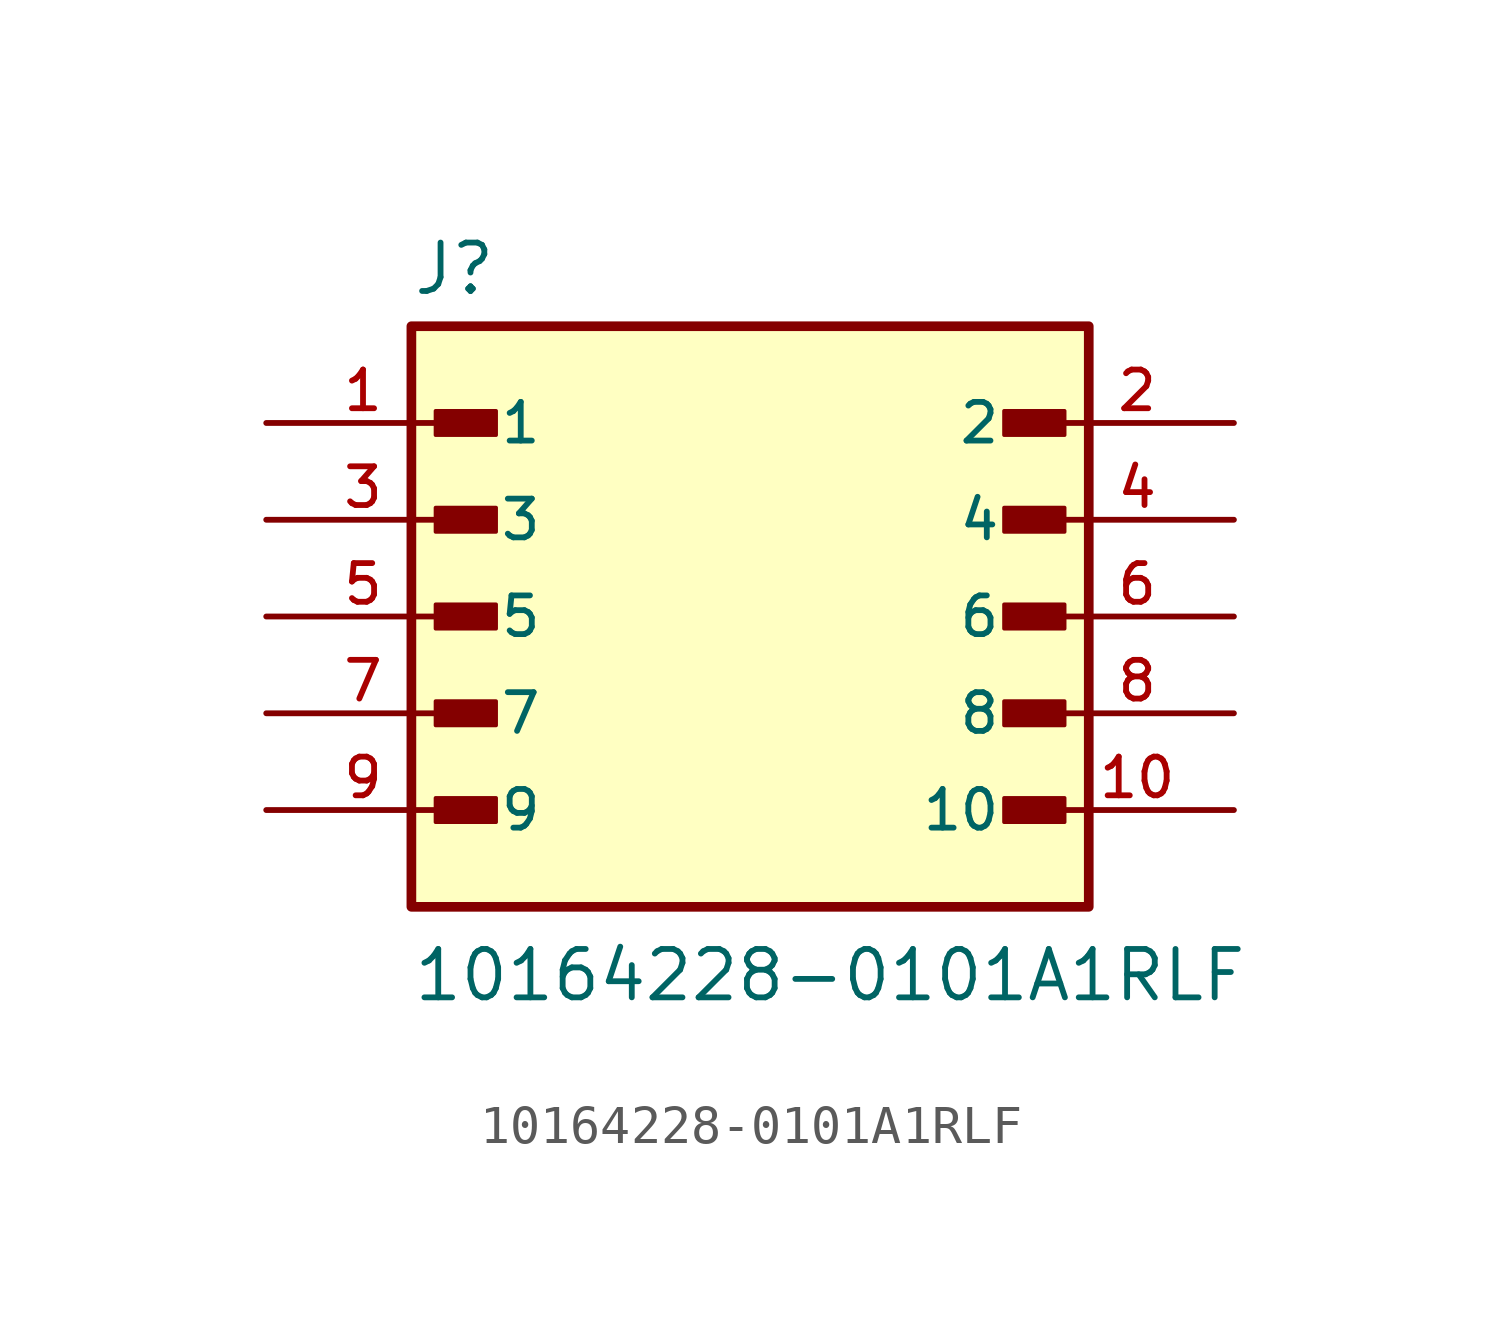
<source format=kicad_sym>
(kicad_symbol_lib
  (version 20211014)
  (generator kicad_symbol_editor)
  (symbol "10164228-0101A1RLF"
    (pin_names
      (offset 1.016))
    (property "Reference" "J"
      (at -8.89 8.382 0)
      (effects (font (size 1.27 1.27)) (justify bottom left)))
    (property "Value" "10164228-0101A1RLF"
      (at -8.89 -10.16 0)
      (effects (font (size 1.27 1.27)) (justify bottom left)))
    (symbol "10164228-0101A1RLF_0_0"
      (rectangle (start -8.255 4.763) (end -6.668 5.397) (stroke (width 0.1)) (fill (type outline)))
      (rectangle (start -8.255 2.223) (end -6.668 2.857) (stroke (width 0.1)) (fill (type outline)))
      (rectangle (start -8.255 -0.318) (end -6.668 0.318) (stroke (width 0.1)) (fill (type outline)))
      (rectangle (start -8.255 -2.857) (end -6.668 -2.223) (stroke (width 0.1)) (fill (type outline)))
      (rectangle (start -8.255 -5.397) (end -6.668 -4.763) (stroke (width 0.1)) (fill (type outline)))
      (rectangle (start 6.668 -5.397) (end 8.255 -4.763) (stroke (width 0.1)) (fill (type outline)))
      (rectangle (start 6.668 -2.857) (end 8.255 -2.223) (stroke (width 0.1)) (fill (type outline)))
      (rectangle (start 6.668 -0.318) (end 8.255 0.318) (stroke (width 0.1)) (fill (type outline)))
      (rectangle (start 6.668 2.223) (end 8.255 2.857) (stroke (width 0.1)) (fill (type outline)))
      (rectangle (start 6.668 4.763) (end 8.255 5.397) (stroke (width 0.1)) (fill (type outline)))
      (rectangle (start -8.89 -7.62) (end 8.89 7.62) (stroke (width 0.254)) (fill (type background)))
      (pin passive line (at -12.7 5.08 0) (length 5.08) (name "1" (effects (font (size 1.016 1.016)))) (number "1" (effects (font (size 1.016 1.016)))))
      (pin passive line (at 12.7 5.08 180.0) (length 5.08) (name "2" (effects (font (size 1.016 1.016)))) (number "2" (effects (font (size 1.016 1.016)))))
      (pin passive line (at -12.7 2.54 0) (length 5.08) (name "3" (effects (font (size 1.016 1.016)))) (number "3" (effects (font (size 1.016 1.016)))))
      (pin passive line (at 12.7 2.54 180.0) (length 5.08) (name "4" (effects (font (size 1.016 1.016)))) (number "4" (effects (font (size 1.016 1.016)))))
      (pin passive line (at -12.7 0.0 0) (length 5.08) (name "5" (effects (font (size 1.016 1.016)))) (number "5" (effects (font (size 1.016 1.016)))))
      (pin passive line (at 12.7 0.0 180.0) (length 5.08) (name "6" (effects (font (size 1.016 1.016)))) (number "6" (effects (font (size 1.016 1.016)))))
      (pin passive line (at -12.7 -2.54 0) (length 5.08) (name "7" (effects (font (size 1.016 1.016)))) (number "7" (effects (font (size 1.016 1.016)))))
      (pin passive line (at 12.7 -2.54 180.0) (length 5.08) (name "8" (effects (font (size 1.016 1.016)))) (number "8" (effects (font (size 1.016 1.016)))))
      (pin passive line (at -12.7 -5.08 0) (length 5.08) (name "9" (effects (font (size 1.016 1.016)))) (number "9" (effects (font (size 1.016 1.016)))))
      (pin passive line (at 12.7 -5.08 180.0) (length 5.08) (name "10" (effects (font (size 1.016 1.016)))) (number "10" (effects (font (size 1.016 1.016))))))))
</source>
